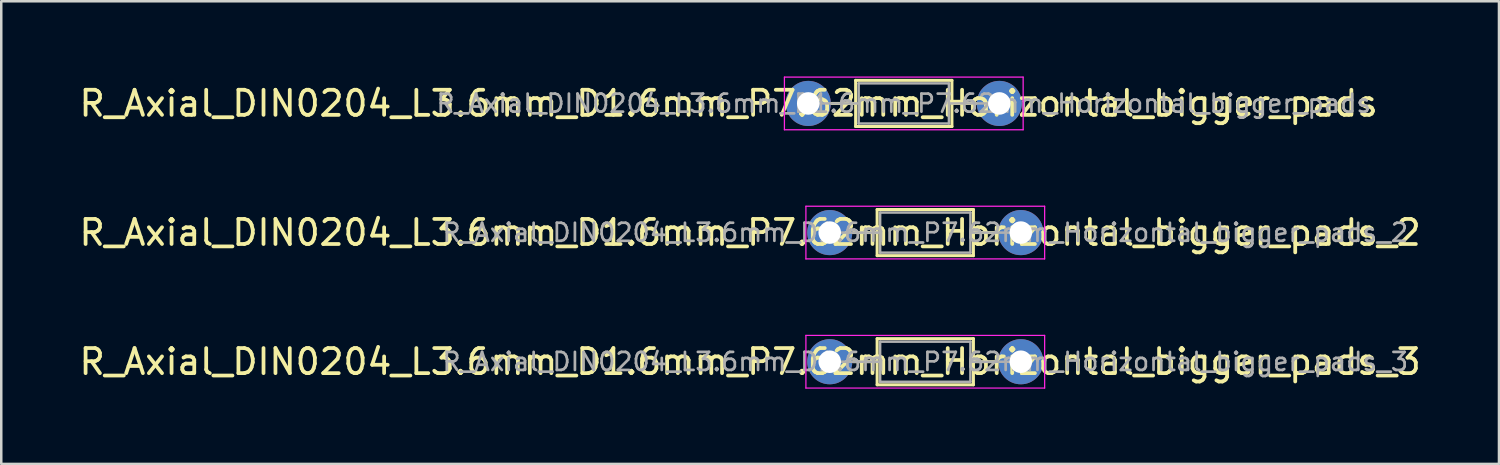
<source format=kicad_pcb>
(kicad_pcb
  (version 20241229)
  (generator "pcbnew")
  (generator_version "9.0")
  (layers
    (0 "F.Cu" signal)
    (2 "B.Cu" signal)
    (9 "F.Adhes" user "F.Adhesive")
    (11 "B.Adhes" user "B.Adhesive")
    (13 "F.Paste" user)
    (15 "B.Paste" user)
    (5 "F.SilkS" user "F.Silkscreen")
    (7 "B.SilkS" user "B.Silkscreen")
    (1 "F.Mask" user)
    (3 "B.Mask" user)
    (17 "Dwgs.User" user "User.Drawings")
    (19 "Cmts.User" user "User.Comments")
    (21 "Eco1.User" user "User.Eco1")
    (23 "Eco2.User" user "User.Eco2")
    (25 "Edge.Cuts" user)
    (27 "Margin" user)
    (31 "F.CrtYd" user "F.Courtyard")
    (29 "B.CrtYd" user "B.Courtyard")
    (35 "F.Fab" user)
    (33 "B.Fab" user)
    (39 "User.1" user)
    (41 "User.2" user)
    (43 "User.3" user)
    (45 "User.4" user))
  (footprint "R_Axial_DIN0204_L3.6mm_D1.6mm_P7.62mm_Horizontal_bigger_pads"
    (layer "F.Cu")
    (at 29.181 1.075)
    (property "Reference" "R_Axial_DIN0204_L3.6mm_D1.6mm_P7.62mm_Horizontal_bigger_pads" (at -3.175 0 0) (layer "F.SilkS") (effects (font (size 1 1) (thickness 0.15))))
    (attr through_hole)
    (fp_line (start 0.94 0) (end 1.89 0) (stroke (width 0.12) (type solid)) (layer "F.SilkS"))
    (fp_line (start 1.89 -0.92) (end 1.89 0.92) (stroke (width 0.12) (type solid)) (layer "F.SilkS"))
    (fp_line (start 1.89 0.92) (end 5.73 0.92) (stroke (width 0.12) (type solid)) (layer "F.SilkS"))
    (fp_line (start 5.73 -0.92) (end 1.89 -0.92) (stroke (width 0.12) (type solid)) (layer "F.SilkS"))
    (fp_line (start 5.73 0.92) (end 5.73 -0.92) (stroke (width 0.12) (type solid)) (layer "F.SilkS"))
    (fp_line (start 6.68 0) (end 5.73 0) (stroke (width 0.12) (type solid)) (layer "F.SilkS"))
    (fp_line (start -0.95 -1.05) (end -0.95 1.05) (stroke (width 0.05) (type solid)) (layer "F.CrtYd"))
    (fp_line (start -0.95 1.05) (end 8.57 1.05) (stroke (width 0.05) (type solid)) (layer "F.CrtYd"))
    (fp_line (start 8.57 -1.05) (end -0.95 -1.05) (stroke (width 0.05) (type solid)) (layer "F.CrtYd"))
    (fp_line (start 8.57 1.05) (end 8.57 -1.05) (stroke (width 0.05) (type solid)) (layer "F.CrtYd"))
    (fp_line (start 0 0) (end 2.01 0) (stroke (width 0.1) (type solid)) (layer "F.Fab"))
    (fp_line (start 2.01 -0.8) (end 2.01 0.8) (stroke (width 0.1) (type solid)) (layer "F.Fab"))
    (fp_line (start 2.01 0.8) (end 5.61 0.8) (stroke (width 0.1) (type solid)) (layer "F.Fab"))
    (fp_line (start 5.61 -0.8) (end 2.01 -0.8) (stroke (width 0.1) (type solid)) (layer "F.Fab"))
    (fp_line (start 5.61 0.8) (end 5.61 -0.8) (stroke (width 0.1) (type solid)) (layer "F.Fab"))
    (fp_line (start 7.62 0) (end 5.61 0) (stroke (width 0.1) (type solid)) (layer "F.Fab"))
    (fp_text user "${REFERENCE}" (at 3.81 0 0) (layer "F.Fab") (effects (font (size 0.72 0.72) (thickness 0.108))))
    (pad "1" thru_hole circle (at 0 0) (size 1.8 1.8) (drill 0.9) (layers "*.Cu" "*.Mask"))
    (pad "2" thru_hole oval (at 7.62 0) (size 1.8 1.8) (drill 0.9) (layers "*.Cu" "*.Mask")))
  (footprint "R_Axial_DIN0204_L3.6mm_D1.6mm_P7.62mm_Horizontal_bigger_pads_2"
    (layer "F.Cu")
    (at 30.038 6.225)
    (property "Reference" "R_Axial_DIN0204_L3.6mm_D1.6mm_P7.62mm_Horizontal_bigger_pads_2" (at -3.175 0 0) (layer "F.SilkS") (effects (font (size 1 1) (thickness 0.15))))
    (attr through_hole)
    (fp_line (start 0.94 0) (end 1.89 0) (stroke (width 0.12) (type solid)) (layer "F.SilkS"))
    (fp_line (start 1.89 -0.92) (end 1.89 0.92) (stroke (width 0.12) (type solid)) (layer "F.SilkS"))
    (fp_line (start 1.89 0.92) (end 5.73 0.92) (stroke (width 0.12) (type solid)) (layer "F.SilkS"))
    (fp_line (start 5.73 -0.92) (end 1.89 -0.92) (stroke (width 0.12) (type solid)) (layer "F.SilkS"))
    (fp_line (start 5.73 0.92) (end 5.73 -0.92) (stroke (width 0.12) (type solid)) (layer "F.SilkS"))
    (fp_line (start 6.68 0) (end 5.73 0) (stroke (width 0.12) (type solid)) (layer "F.SilkS"))
    (fp_line (start -0.95 -1.05) (end -0.95 1.05) (stroke (width 0.05) (type solid)) (layer "F.CrtYd"))
    (fp_line (start -0.95 1.05) (end 8.57 1.05) (stroke (width 0.05) (type solid)) (layer "F.CrtYd"))
    (fp_line (start 8.57 -1.05) (end -0.95 -1.05) (stroke (width 0.05) (type solid)) (layer "F.CrtYd"))
    (fp_line (start 8.57 1.05) (end 8.57 -1.05) (stroke (width 0.05) (type solid)) (layer "F.CrtYd"))
    (fp_line (start 0 0) (end 2.01 0) (stroke (width 0.1) (type solid)) (layer "F.Fab"))
    (fp_line (start 2.01 -0.8) (end 2.01 0.8) (stroke (width 0.1) (type solid)) (layer "F.Fab"))
    (fp_line (start 2.01 0.8) (end 5.61 0.8) (stroke (width 0.1) (type solid)) (layer "F.Fab"))
    (fp_line (start 5.61 -0.8) (end 2.01 -0.8) (stroke (width 0.1) (type solid)) (layer "F.Fab"))
    (fp_line (start 5.61 0.8) (end 5.61 -0.8) (stroke (width 0.1) (type solid)) (layer "F.Fab"))
    (fp_line (start 7.62 0) (end 5.61 0) (stroke (width 0.1) (type solid)) (layer "F.Fab"))
    (fp_text user "${REFERENCE}" (at 3.81 0 0) (layer "F.Fab") (effects (font (size 0.72 0.72) (thickness 0.108))))
    (pad "1" thru_hole circle (at 0 0) (size 1.8 1.8) (drill 0.9) (layers "*.Cu" "*.Mask"))
    (pad "2" thru_hole oval (at 7.62 0) (size 1.8 1.8) (drill 0.9) (layers "*.Cu" "*.Mask")))
  (footprint "R_Axial_DIN0204_L3.6mm_D1.6mm_P7.62mm_Horizontal_bigger_pads_3"
    (layer "F.Cu")
    (at 30.038 11.375)
    (property "Reference" "R_Axial_DIN0204_L3.6mm_D1.6mm_P7.62mm_Horizontal_bigger_pads_3" (at -3.175 0 0) (layer "F.SilkS") (effects (font (size 1 1) (thickness 0.15))))
    (attr through_hole)
    (fp_line (start 0.94 0) (end 1.89 0) (stroke (width 0.12) (type solid)) (layer "F.SilkS"))
    (fp_line (start 1.89 -0.92) (end 1.89 0.92) (stroke (width 0.12) (type solid)) (layer "F.SilkS"))
    (fp_line (start 1.89 0.92) (end 5.73 0.92) (stroke (width 0.12) (type solid)) (layer "F.SilkS"))
    (fp_line (start 5.73 -0.92) (end 1.89 -0.92) (stroke (width 0.12) (type solid)) (layer "F.SilkS"))
    (fp_line (start 5.73 0.92) (end 5.73 -0.92) (stroke (width 0.12) (type solid)) (layer "F.SilkS"))
    (fp_line (start 6.68 0) (end 5.73 0) (stroke (width 0.12) (type solid)) (layer "F.SilkS"))
    (fp_line (start -0.95 -1.05) (end -0.95 1.05) (stroke (width 0.05) (type solid)) (layer "F.CrtYd"))
    (fp_line (start -0.95 1.05) (end 8.57 1.05) (stroke (width 0.05) (type solid)) (layer "F.CrtYd"))
    (fp_line (start 8.57 -1.05) (end -0.95 -1.05) (stroke (width 0.05) (type solid)) (layer "F.CrtYd"))
    (fp_line (start 8.57 1.05) (end 8.57 -1.05) (stroke (width 0.05) (type solid)) (layer "F.CrtYd"))
    (fp_line (start 0 0) (end 2.01 0) (stroke (width 0.1) (type solid)) (layer "F.Fab"))
    (fp_line (start 2.01 -0.8) (end 2.01 0.8) (stroke (width 0.1) (type solid)) (layer "F.Fab"))
    (fp_line (start 2.01 0.8) (end 5.61 0.8) (stroke (width 0.1) (type solid)) (layer "F.Fab"))
    (fp_line (start 5.61 -0.8) (end 2.01 -0.8) (stroke (width 0.1) (type solid)) (layer "F.Fab"))
    (fp_line (start 5.61 0.8) (end 5.61 -0.8) (stroke (width 0.1) (type solid)) (layer "F.Fab"))
    (fp_line (start 7.62 0) (end 5.61 0) (stroke (width 0.1) (type solid)) (layer "F.Fab"))
    (fp_text user "${REFERENCE}" (at 3.81 0 0) (layer "F.Fab") (effects (font (size 0.72 0.72) (thickness 0.108))))
    (pad "1" thru_hole circle (at 0 0) (size 1.8 1.8) (drill 0.9) (layers "*.Cu" "*.Mask"))
    (pad "2" thru_hole oval (at 7.62 0) (size 1.8 1.8) (drill 0.9) (layers "*.Cu" "*.Mask")))
  (gr_rect
    (start -3 -3)
    (end 56.726 15.45)
    (stroke (width 0.1) (type default))
    (fill no)
    (layer "Edge.Cuts")))
</source>
